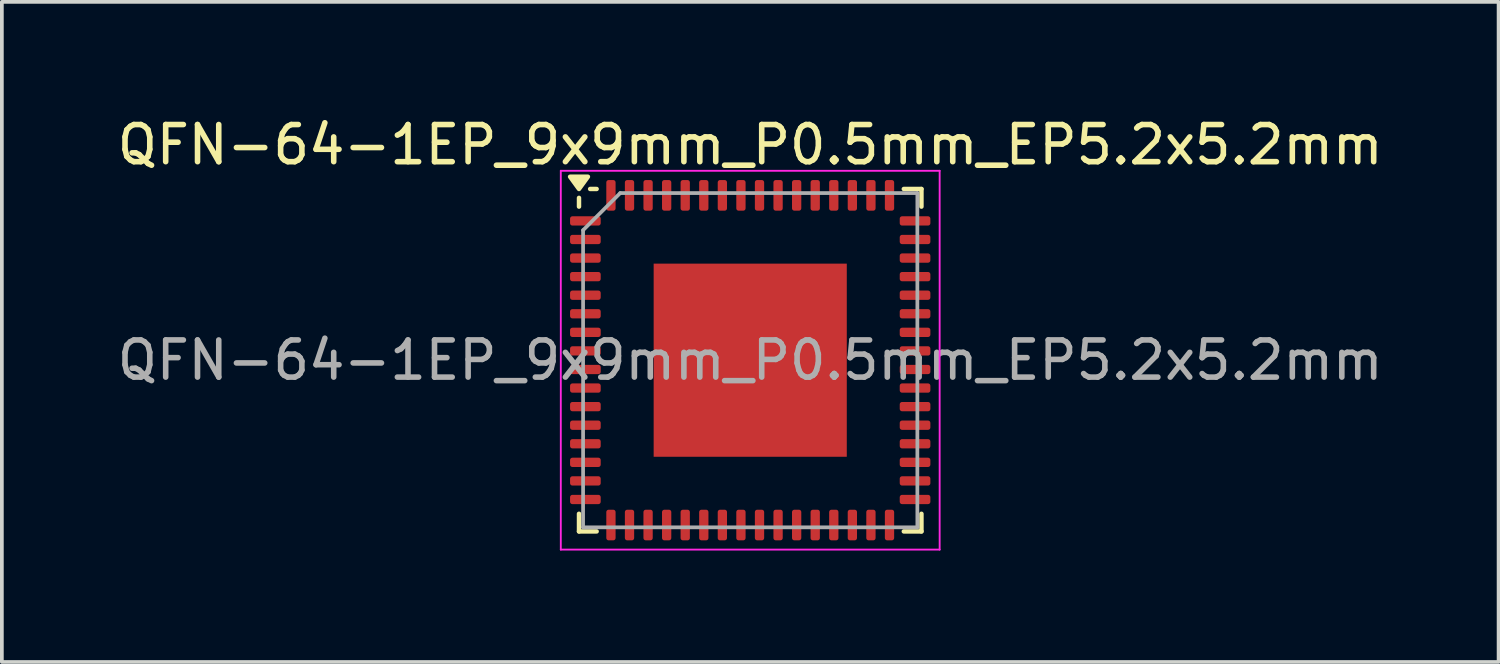
<source format=kicad_pcb>
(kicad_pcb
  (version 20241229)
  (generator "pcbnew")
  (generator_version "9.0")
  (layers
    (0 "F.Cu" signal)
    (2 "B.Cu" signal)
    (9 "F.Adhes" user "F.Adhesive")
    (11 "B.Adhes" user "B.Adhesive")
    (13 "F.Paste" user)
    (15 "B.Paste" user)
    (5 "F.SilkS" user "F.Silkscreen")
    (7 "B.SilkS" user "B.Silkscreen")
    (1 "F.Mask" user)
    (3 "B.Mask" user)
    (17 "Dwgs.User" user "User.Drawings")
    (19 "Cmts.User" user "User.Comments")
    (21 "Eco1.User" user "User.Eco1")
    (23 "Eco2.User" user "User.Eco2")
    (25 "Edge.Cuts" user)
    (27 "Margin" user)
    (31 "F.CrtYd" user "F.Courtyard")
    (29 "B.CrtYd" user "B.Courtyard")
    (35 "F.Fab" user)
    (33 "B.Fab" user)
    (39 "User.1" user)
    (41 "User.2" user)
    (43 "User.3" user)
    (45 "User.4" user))
  (footprint "QFN-64-1EP_9x9mm_P0.5mm_EP5.2x5.2mm"
    (layer "F.Cu")
    (at 17.149 6.648)
    (property "Reference" "QFN-64-1EP_9x9mm_P0.5mm_EP5.2x5.2mm" (at 0 -5.8 0) (layer "F.SilkS") (effects (font (size 1 1) (thickness 0.15))))
    (attr smd)
    (fp_line (start -4.61 -4.135) (end -4.61 -4.37) (stroke (width 0.12) (type solid)) (layer "F.SilkS"))
    (fp_line (start -4.61 4.61) (end -4.61 4.135) (stroke (width 0.12) (type solid)) (layer "F.SilkS"))
    (fp_line (start -4.135 -4.61) (end -4.31 -4.61) (stroke (width 0.12) (type solid)) (layer "F.SilkS"))
    (fp_line (start -4.135 4.61) (end -4.61 4.61) (stroke (width 0.12) (type solid)) (layer "F.SilkS"))
    (fp_line (start 4.135 -4.61) (end 4.61 -4.61) (stroke (width 0.12) (type solid)) (layer "F.SilkS"))
    (fp_line (start 4.135 4.61) (end 4.61 4.61) (stroke (width 0.12) (type solid)) (layer "F.SilkS"))
    (fp_line (start 4.61 -4.61) (end 4.61 -4.135) (stroke (width 0.12) (type solid)) (layer "F.SilkS"))
    (fp_line (start 4.61 4.61) (end 4.61 4.135) (stroke (width 0.12) (type solid)) (layer "F.SilkS"))
    (fp_poly (pts (xy -4.61 -4.61) (xy -4.85 -4.94) (xy -4.37 -4.94) (xy -4.61 -4.61)) (stroke (width 0.12) (type solid)) (fill yes) (layer "F.SilkS"))
    (fp_line (start -5.1 -5.1) (end -5.1 5.1) (stroke (width 0.05) (type solid)) (layer "F.CrtYd"))
    (fp_line (start -5.1 5.1) (end 5.1 5.1) (stroke (width 0.05) (type solid)) (layer "F.CrtYd"))
    (fp_line (start 5.1 -5.1) (end -5.1 -5.1) (stroke (width 0.05) (type solid)) (layer "F.CrtYd"))
    (fp_line (start 5.1 5.1) (end 5.1 -5.1) (stroke (width 0.05) (type solid)) (layer "F.CrtYd"))
    (fp_line (start -4.5 -3.5) (end -3.5 -4.5) (stroke (width 0.1) (type solid)) (layer "F.Fab"))
    (fp_line (start -4.5 4.5) (end -4.5 -3.5) (stroke (width 0.1) (type solid)) (layer "F.Fab"))
    (fp_line (start -3.5 -4.5) (end 4.5 -4.5) (stroke (width 0.1) (type solid)) (layer "F.Fab"))
    (fp_line (start 4.5 -4.5) (end 4.5 4.5) (stroke (width 0.1) (type solid)) (layer "F.Fab"))
    (fp_line (start 4.5 4.5) (end -4.5 4.5) (stroke (width 0.1) (type solid)) (layer "F.Fab"))
    (fp_text user "${REFERENCE}" (at 0 0 0) (layer "F.Fab") (effects (font (size 1 1) (thickness 0.15))))
    (pad "" smd roundrect (at -1.95 -1.95) (size 1.05 1.05) (layers "F.Paste") (roundrect_rratio 0.238))
    (pad "" smd roundrect (at -1.95 -0.65) (size 1.05 1.05) (layers "F.Paste") (roundrect_rratio 0.238))
    (pad "" smd roundrect (at -1.95 0.65) (size 1.05 1.05) (layers "F.Paste") (roundrect_rratio 0.238))
    (pad "" smd roundrect (at -1.95 1.95) (size 1.05 1.05) (layers "F.Paste") (roundrect_rratio 0.238))
    (pad "" smd roundrect (at -0.65 -1.95) (size 1.05 1.05) (layers "F.Paste") (roundrect_rratio 0.238))
    (pad "" smd roundrect (at -0.65 -0.65) (size 1.05 1.05) (layers "F.Paste") (roundrect_rratio 0.238))
    (pad "" smd roundrect (at -0.65 0.65) (size 1.05 1.05) (layers "F.Paste") (roundrect_rratio 0.238))
    (pad "" smd roundrect (at -0.65 1.95) (size 1.05 1.05) (layers "F.Paste") (roundrect_rratio 0.238))
    (pad "" smd roundrect (at 0.65 -1.95) (size 1.05 1.05) (layers "F.Paste") (roundrect_rratio 0.238))
    (pad "" smd roundrect (at 0.65 -0.65) (size 1.05 1.05) (layers "F.Paste") (roundrect_rratio 0.238))
    (pad "" smd roundrect (at 0.65 0.65) (size 1.05 1.05) (layers "F.Paste") (roundrect_rratio 0.238))
    (pad "" smd roundrect (at 0.65 1.95) (size 1.05 1.05) (layers "F.Paste") (roundrect_rratio 0.238))
    (pad "" smd roundrect (at 1.95 -1.95) (size 1.05 1.05) (layers "F.Paste") (roundrect_rratio 0.238))
    (pad "" smd roundrect (at 1.95 -0.65) (size 1.05 1.05) (layers "F.Paste") (roundrect_rratio 0.238))
    (pad "" smd roundrect (at 1.95 0.65) (size 1.05 1.05) (layers "F.Paste") (roundrect_rratio 0.238))
    (pad "" smd roundrect (at 1.95 1.95) (size 1.05 1.05) (layers "F.Paste") (roundrect_rratio 0.238))
    (pad "1" smd roundrect (at -4.438 -3.75) (size 0.825 0.25) (layers "F.Cu" "F.Mask" "F.Paste") (roundrect_rratio 0.25))
    (pad "2" smd roundrect (at -4.438 -3.25) (size 0.825 0.25) (layers "F.Cu" "F.Mask" "F.Paste") (roundrect_rratio 0.25))
    (pad "3" smd roundrect (at -4.438 -2.75) (size 0.825 0.25) (layers "F.Cu" "F.Mask" "F.Paste") (roundrect_rratio 0.25))
    (pad "4" smd roundrect (at -4.438 -2.25) (size 0.825 0.25) (layers "F.Cu" "F.Mask" "F.Paste") (roundrect_rratio 0.25))
    (pad "5" smd roundrect (at -4.438 -1.75) (size 0.825 0.25) (layers "F.Cu" "F.Mask" "F.Paste") (roundrect_rratio 0.25))
    (pad "6" smd roundrect (at -4.438 -1.25) (size 0.825 0.25) (layers "F.Cu" "F.Mask" "F.Paste") (roundrect_rratio 0.25))
    (pad "7" smd roundrect (at -4.438 -0.75) (size 0.825 0.25) (layers "F.Cu" "F.Mask" "F.Paste") (roundrect_rratio 0.25))
    (pad "8" smd roundrect (at -4.438 -0.25) (size 0.825 0.25) (layers "F.Cu" "F.Mask" "F.Paste") (roundrect_rratio 0.25))
    (pad "9" smd roundrect (at -4.438 0.25) (size 0.825 0.25) (layers "F.Cu" "F.Mask" "F.Paste") (roundrect_rratio 0.25))
    (pad "10" smd roundrect (at -4.438 0.75) (size 0.825 0.25) (layers "F.Cu" "F.Mask" "F.Paste") (roundrect_rratio 0.25))
    (pad "11" smd roundrect (at -4.438 1.25) (size 0.825 0.25) (layers "F.Cu" "F.Mask" "F.Paste") (roundrect_rratio 0.25))
    (pad "12" smd roundrect (at -4.438 1.75) (size 0.825 0.25) (layers "F.Cu" "F.Mask" "F.Paste") (roundrect_rratio 0.25))
    (pad "13" smd roundrect (at -4.438 2.25) (size 0.825 0.25) (layers "F.Cu" "F.Mask" "F.Paste") (roundrect_rratio 0.25))
    (pad "14" smd roundrect (at -4.438 2.75) (size 0.825 0.25) (layers "F.Cu" "F.Mask" "F.Paste") (roundrect_rratio 0.25))
    (pad "15" smd roundrect (at -4.438 3.25) (size 0.825 0.25) (layers "F.Cu" "F.Mask" "F.Paste") (roundrect_rratio 0.25))
    (pad "16" smd roundrect (at -4.438 3.75) (size 0.825 0.25) (layers "F.Cu" "F.Mask" "F.Paste") (roundrect_rratio 0.25))
    (pad "17" smd roundrect (at -3.75 4.438) (size 0.25 0.825) (layers "F.Cu" "F.Mask" "F.Paste") (roundrect_rratio 0.25))
    (pad "18" smd roundrect (at -3.25 4.438) (size 0.25 0.825) (layers "F.Cu" "F.Mask" "F.Paste") (roundrect_rratio 0.25))
    (pad "19" smd roundrect (at -2.75 4.438) (size 0.25 0.825) (layers "F.Cu" "F.Mask" "F.Paste") (roundrect_rratio 0.25))
    (pad "20" smd roundrect (at -2.25 4.438) (size 0.25 0.825) (layers "F.Cu" "F.Mask" "F.Paste") (roundrect_rratio 0.25))
    (pad "21" smd roundrect (at -1.75 4.438) (size 0.25 0.825) (layers "F.Cu" "F.Mask" "F.Paste") (roundrect_rratio 0.25))
    (pad "22" smd roundrect (at -1.25 4.438) (size 0.25 0.825) (layers "F.Cu" "F.Mask" "F.Paste") (roundrect_rratio 0.25))
    (pad "23" smd roundrect (at -0.75 4.438) (size 0.25 0.825) (layers "F.Cu" "F.Mask" "F.Paste") (roundrect_rratio 0.25))
    (pad "24" smd roundrect (at -0.25 4.438) (size 0.25 0.825) (layers "F.Cu" "F.Mask" "F.Paste") (roundrect_rratio 0.25))
    (pad "25" smd roundrect (at 0.25 4.438) (size 0.25 0.825) (layers "F.Cu" "F.Mask" "F.Paste") (roundrect_rratio 0.25))
    (pad "26" smd roundrect (at 0.75 4.438) (size 0.25 0.825) (layers "F.Cu" "F.Mask" "F.Paste") (roundrect_rratio 0.25))
    (pad "27" smd roundrect (at 1.25 4.438) (size 0.25 0.825) (layers "F.Cu" "F.Mask" "F.Paste") (roundrect_rratio 0.25))
    (pad "28" smd roundrect (at 1.75 4.438) (size 0.25 0.825) (layers "F.Cu" "F.Mask" "F.Paste") (roundrect_rratio 0.25))
    (pad "29" smd roundrect (at 2.25 4.438) (size 0.25 0.825) (layers "F.Cu" "F.Mask" "F.Paste") (roundrect_rratio 0.25))
    (pad "30" smd roundrect (at 2.75 4.438) (size 0.25 0.825) (layers "F.Cu" "F.Mask" "F.Paste") (roundrect_rratio 0.25))
    (pad "31" smd roundrect (at 3.25 4.438) (size 0.25 0.825) (layers "F.Cu" "F.Mask" "F.Paste") (roundrect_rratio 0.25))
    (pad "32" smd roundrect (at 3.75 4.438) (size 0.25 0.825) (layers "F.Cu" "F.Mask" "F.Paste") (roundrect_rratio 0.25))
    (pad "33" smd roundrect (at 4.438 3.75) (size 0.825 0.25) (layers "F.Cu" "F.Mask" "F.Paste") (roundrect_rratio 0.25))
    (pad "34" smd roundrect (at 4.438 3.25) (size 0.825 0.25) (layers "F.Cu" "F.Mask" "F.Paste") (roundrect_rratio 0.25))
    (pad "35" smd roundrect (at 4.438 2.75) (size 0.825 0.25) (layers "F.Cu" "F.Mask" "F.Paste") (roundrect_rratio 0.25))
    (pad "36" smd roundrect (at 4.438 2.25) (size 0.825 0.25) (layers "F.Cu" "F.Mask" "F.Paste") (roundrect_rratio 0.25))
    (pad "37" smd roundrect (at 4.438 1.75) (size 0.825 0.25) (layers "F.Cu" "F.Mask" "F.Paste") (roundrect_rratio 0.25))
    (pad "38" smd roundrect (at 4.438 1.25) (size 0.825 0.25) (layers "F.Cu" "F.Mask" "F.Paste") (roundrect_rratio 0.25))
    (pad "39" smd roundrect (at 4.438 0.75) (size 0.825 0.25) (layers "F.Cu" "F.Mask" "F.Paste") (roundrect_rratio 0.25))
    (pad "40" smd roundrect (at 4.438 0.25) (size 0.825 0.25) (layers "F.Cu" "F.Mask" "F.Paste") (roundrect_rratio 0.25))
    (pad "41" smd roundrect (at 4.438 -0.25) (size 0.825 0.25) (layers "F.Cu" "F.Mask" "F.Paste") (roundrect_rratio 0.25))
    (pad "42" smd roundrect (at 4.438 -0.75) (size 0.825 0.25) (layers "F.Cu" "F.Mask" "F.Paste") (roundrect_rratio 0.25))
    (pad "43" smd roundrect (at 4.438 -1.25) (size 0.825 0.25) (layers "F.Cu" "F.Mask" "F.Paste") (roundrect_rratio 0.25))
    (pad "44" smd roundrect (at 4.438 -1.75) (size 0.825 0.25) (layers "F.Cu" "F.Mask" "F.Paste") (roundrect_rratio 0.25))
    (pad "45" smd roundrect (at 4.438 -2.25) (size 0.825 0.25) (layers "F.Cu" "F.Mask" "F.Paste") (roundrect_rratio 0.25))
    (pad "46" smd roundrect (at 4.438 -2.75) (size 0.825 0.25) (layers "F.Cu" "F.Mask" "F.Paste") (roundrect_rratio 0.25))
    (pad "47" smd roundrect (at 4.438 -3.25) (size 0.825 0.25) (layers "F.Cu" "F.Mask" "F.Paste") (roundrect_rratio 0.25))
    (pad "48" smd roundrect (at 4.438 -3.75) (size 0.825 0.25) (layers "F.Cu" "F.Mask" "F.Paste") (roundrect_rratio 0.25))
    (pad "49" smd roundrect (at 3.75 -4.438) (size 0.25 0.825) (layers "F.Cu" "F.Mask" "F.Paste") (roundrect_rratio 0.25))
    (pad "50" smd roundrect (at 3.25 -4.438) (size 0.25 0.825) (layers "F.Cu" "F.Mask" "F.Paste") (roundrect_rratio 0.25))
    (pad "51" smd roundrect (at 2.75 -4.438) (size 0.25 0.825) (layers "F.Cu" "F.Mask" "F.Paste") (roundrect_rratio 0.25))
    (pad "52" smd roundrect (at 2.25 -4.438) (size 0.25 0.825) (layers "F.Cu" "F.Mask" "F.Paste") (roundrect_rratio 0.25))
    (pad "53" smd roundrect (at 1.75 -4.438) (size 0.25 0.825) (layers "F.Cu" "F.Mask" "F.Paste") (roundrect_rratio 0.25))
    (pad "54" smd roundrect (at 1.25 -4.438) (size 0.25 0.825) (layers "F.Cu" "F.Mask" "F.Paste") (roundrect_rratio 0.25))
    (pad "55" smd roundrect (at 0.75 -4.438) (size 0.25 0.825) (layers "F.Cu" "F.Mask" "F.Paste") (roundrect_rratio 0.25))
    (pad "56" smd roundrect (at 0.25 -4.438) (size 0.25 0.825) (layers "F.Cu" "F.Mask" "F.Paste") (roundrect_rratio 0.25))
    (pad "57" smd roundrect (at -0.25 -4.438) (size 0.25 0.825) (layers "F.Cu" "F.Mask" "F.Paste") (roundrect_rratio 0.25))
    (pad "58" smd roundrect (at -0.75 -4.438) (size 0.25 0.825) (layers "F.Cu" "F.Mask" "F.Paste") (roundrect_rratio 0.25))
    (pad "59" smd roundrect (at -1.25 -4.438) (size 0.25 0.825) (layers "F.Cu" "F.Mask" "F.Paste") (roundrect_rratio 0.25))
    (pad "60" smd roundrect (at -1.75 -4.438) (size 0.25 0.825) (layers "F.Cu" "F.Mask" "F.Paste") (roundrect_rratio 0.25))
    (pad "61" smd roundrect (at -2.25 -4.438) (size 0.25 0.825) (layers "F.Cu" "F.Mask" "F.Paste") (roundrect_rratio 0.25))
    (pad "62" smd roundrect (at -2.75 -4.438) (size 0.25 0.825) (layers "F.Cu" "F.Mask" "F.Paste") (roundrect_rratio 0.25))
    (pad "63" smd roundrect (at -3.25 -4.438) (size 0.25 0.825) (layers "F.Cu" "F.Mask" "F.Paste") (roundrect_rratio 0.25))
    (pad "64" smd roundrect (at -3.75 -4.438) (size 0.25 0.825) (layers "F.Cu" "F.Mask" "F.Paste") (roundrect_rratio 0.25))
    (pad "65" smd rect (at 0 0) (size 5.2 5.2) (property pad_prop_heatsink) (layers "F.Cu" "F.Mask")))
  (gr_rect
    (start -3 -3)
    (end 37.298 14.773)
    (stroke (width 0.1) (type default))
    (fill no)
    (layer "Edge.Cuts")))
</source>
